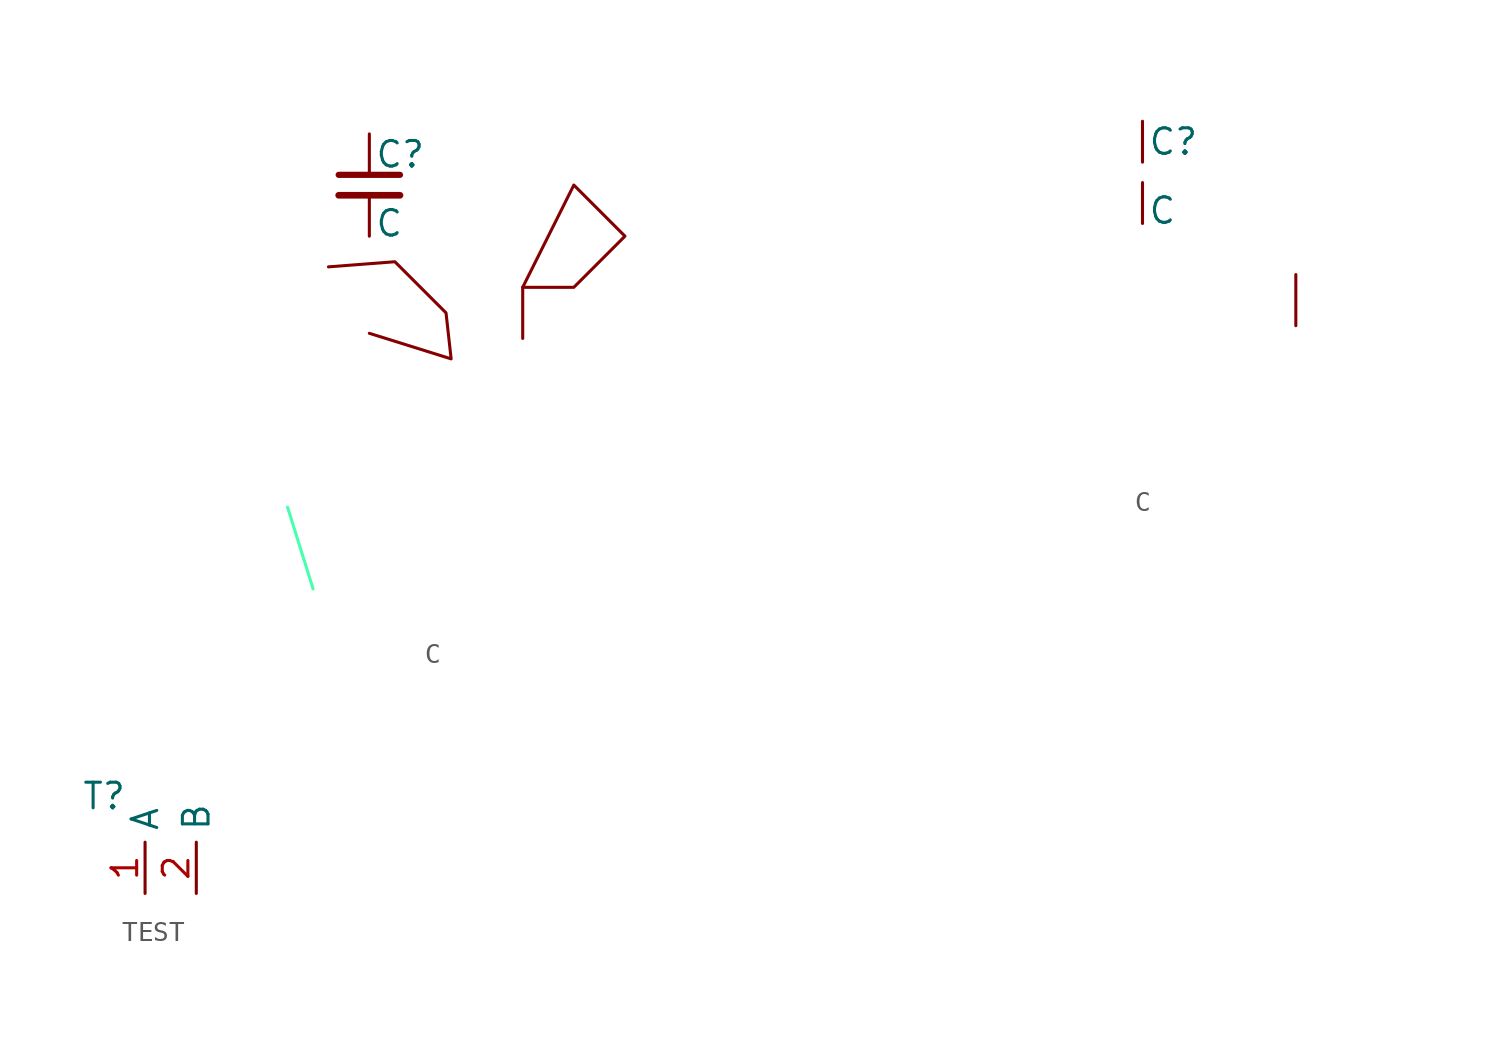
<source format=kicad_sym>
(kicad_symbol_lib
  (version 20231120)
  (generator "kicad_symbol_editor")
  (generator_version "8.0")
  (symbol "C"
    (pin_numbers hide)
    (pin_names
      (offset 0.254) hide)
    (property "Reference" "C"
      (at 0.254 1.524 0)
      (effects (justify left) (font (thickness 0) (bold no) (italic no) (size 1.27 1.27))))
    (property "Value" "C"
      (at 0.254 -1.905 0)
      (effects (justify left) (font (thickness 0) (bold no) (italic no) (size 1.27 1.27))))
    (symbol "C_0_1"
      (polyline (pts (xy -1.524 -0.508) (xy 1.524 -0.508)) (stroke (width 0.33) (type default)) (fill (type none)))
      (polyline (pts (xy -1.524 0.508) (xy 1.524 0.508)) (stroke (width 0.305) (type default)) (fill (type none)))
      (polyline (pts (xy 7.62 -5.08) (xy 10.16 0) (xy 12.7 -2.54) (xy 10.16 -5.08) (xy 7.62 -5.08)) (stroke (width 0) (type default)) (fill (type none))))
    (symbol "C_1_0"
      (text private "EXTRA TEXT" (at 0 -11.43 0) (effects (font (thickness 0) (bold yes) (italic no) (size 2.54 2.54)))))
    (symbol "C_1_1"
      (pin passive line (length 2.032) (at 0 2.54 270) (name "~" (effects (font (thickness 0) (bold no) (italic no) (size 1.27 1.27)))) (number "1" (effects (font (thickness 0) (bold no) (italic no) (size 1.27 1.27)))))
      (pin passive line (length 2.032) (at 0 -2.54 90) (name "~" (effects (font (thickness 0) (bold no) (italic no) (size 1.27 1.27)))) (number "2" (effects (font (thickness 0) (bold no) (italic no) (size 1.27 1.27)))))
      (pin passive line (length 2.54) (at 7.62 -7.62 90) (name "ALT-PIN-TEST" (effects (font (thickness 0) (bold no) (italic no) (size 1.27 1.27)))) (number "3" (effects (font (thickness 0) (bold no) (italic no) (size 1.27 1.27)))))
      (arc private (start 5.08 -2.54) (mid 6.8761 -1.7961) (end 7.62 0) (stroke (width 0) (type default)) (fill (type none)))
      (polyline (pts (xy -4.064 -16.002) (xy -2.794 -20.066)) (stroke (width 0) (type default) (color 71 255 172 1)) (fill (type none)))
      (polyline (pts (xy -2.032 -4.064) (xy 1.27 -3.81) (xy 3.81 -6.35) (xy 4.064 -8.636) (xy 0 -7.366)) (stroke (width 0) (type default)) (fill (type none)))
      (text_box private "TEXT BOX" (at 14.986 0 90) (size 2.794 -11.176) (stroke (width 0) (type default) (color 71 255 172 1)) (fill (type none)) (effects (justify left top) (font (thickness 0.254) (bold yes) (italic yes) (size 1.27 1.27)))))
    (symbol "C_1_2"
      (pin passive line (length 2.032) (at 0 2.54 270) (name "~" (effects (font (thickness 0) (bold no) (italic no) (size 1.27 1.27)))) (number "1" (effects (font (thickness 0) (bold no) (italic no) (size 1.27 1.27)))))
      (pin passive line (length 2.032) (at 0 -2.54 90) (name "~" (effects (font (thickness 0) (bold no) (italic no) (size 1.27 1.27)))) (number "2" (effects (font (thickness 0) (bold no) (italic no) (size 1.27 1.27)))))
      (pin passive line (length 2.54) (at 7.62 -7.62 90) (name "ALT-PIN-TEST" (effects (font (thickness 0) (bold no) (italic no) (size 1.27 1.27)))) (number "3" (effects (font (thickness 0) (bold no) (italic no) (size 1.27 1.27)))))))
  (symbol "TEST"
    (property "Reference" "T"
      (at -2.032 2.286 0)
      (effects (font (thickness 0) (bold no) (italic no) (size 1.27 1.27))))
    (property "Value" ""
      (at 0 0 0)
      (effects (font (thickness 0) (bold no) (italic no) (size 1.27 1.27))))
    (symbol "TEST_1_1"
      (pin passive line (length 2.54) (at 0 -2.54 90) (name "A" (effects (font (thickness 0) (bold no) (italic no) (size 1.27 1.27)))) (number "1" (effects (font (thickness 0) (bold no) (italic no) (size 1.27 1.27)))))
      (pin passive line (length 2.54) (at 2.54 -2.54 90) (name "B" (effects (font (thickness 0) (bold no) (italic no) (size 1.27 1.27)))) (number "2" (effects (font (thickness 0) (bold no) (italic no) (size 1.27 1.27))))))))
</source>
